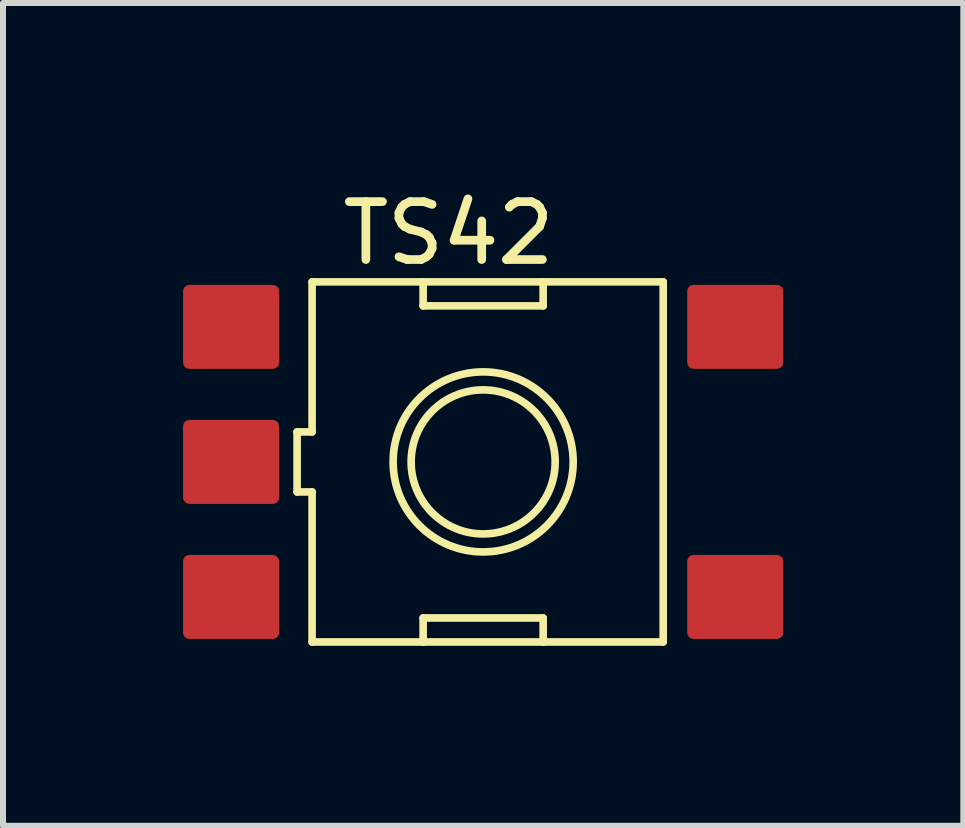
<source format=kicad_pcb>
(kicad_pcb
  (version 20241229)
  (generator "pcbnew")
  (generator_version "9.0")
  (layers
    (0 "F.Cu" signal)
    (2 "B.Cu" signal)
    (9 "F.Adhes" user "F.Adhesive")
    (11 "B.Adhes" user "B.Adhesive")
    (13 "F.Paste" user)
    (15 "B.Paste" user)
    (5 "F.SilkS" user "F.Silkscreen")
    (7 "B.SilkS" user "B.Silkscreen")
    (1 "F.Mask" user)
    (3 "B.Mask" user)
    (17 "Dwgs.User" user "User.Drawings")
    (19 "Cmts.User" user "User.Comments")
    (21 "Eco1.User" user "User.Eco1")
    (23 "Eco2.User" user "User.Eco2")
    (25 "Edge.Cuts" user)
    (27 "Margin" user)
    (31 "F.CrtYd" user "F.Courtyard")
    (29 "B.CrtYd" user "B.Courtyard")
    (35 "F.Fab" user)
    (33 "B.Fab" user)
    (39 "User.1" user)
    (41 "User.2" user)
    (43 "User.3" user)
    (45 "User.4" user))
  (footprint "TS42"
    (layer "F.Cu")
    (at 5 4.646)
    (property "Reference" "TS42" (at -2.417 -3.246 0) (layer "F.SilkS") (effects (font (size 0.965 0.965) (thickness 0.145)) (justify left bottom)))
    (attr through_hole)
    (fp_line (start -3.1 -0.5) (end -3.1 0.5) (stroke (width 0.127) (type solid)) (layer "F.SilkS"))
    (fp_line (start -3.1 0.5) (end -2.85 0.5) (stroke (width 0.127) (type solid)) (layer "F.SilkS"))
    (fp_line (start -2.85 -3) (end -2.85 -0.5) (stroke (width 0.127) (type solid)) (layer "F.SilkS"))
    (fp_line (start -2.85 -3) (end -1 -3) (stroke (width 0.127) (type solid)) (layer "F.SilkS"))
    (fp_line (start -2.85 -0.5) (end -3.1 -0.5) (stroke (width 0.127) (type solid)) (layer "F.SilkS"))
    (fp_line (start -2.85 0.5) (end -2.85 3) (stroke (width 0.127) (type solid)) (layer "F.SilkS"))
    (fp_line (start -1 -3) (end -1 -2.6) (stroke (width 0.127) (type solid)) (layer "F.SilkS"))
    (fp_line (start -1 -2.6) (end 1 -2.6) (stroke (width 0.127) (type solid)) (layer "F.SilkS"))
    (fp_line (start -1 2.6) (end -1 3) (stroke (width 0.127) (type solid)) (layer "F.SilkS"))
    (fp_line (start -1 3) (end -2.85 3) (stroke (width 0.127) (type solid)) (layer "F.SilkS"))
    (fp_line (start -1 3) (end 1 3) (stroke (width 0.127) (type solid)) (layer "F.SilkS"))
    (fp_line (start 1 -3) (end -1 -3) (stroke (width 0.127) (type solid)) (layer "F.SilkS"))
    (fp_line (start 1 -3) (end 3 -3) (stroke (width 0.127) (type solid)) (layer "F.SilkS"))
    (fp_line (start 1 -2.6) (end 1 -3) (stroke (width 0.127) (type solid)) (layer "F.SilkS"))
    (fp_line (start 1 2.6) (end -1 2.6) (stroke (width 0.127) (type solid)) (layer "F.SilkS"))
    (fp_line (start 1 3) (end 1 2.6) (stroke (width 0.127) (type solid)) (layer "F.SilkS"))
    (fp_line (start 1 3) (end 3 3) (stroke (width 0.127) (type solid)) (layer "F.SilkS"))
    (fp_line (start 3 3) (end 3 -3) (stroke (width 0.127) (type solid)) (layer "F.SilkS"))
    (fp_circle (center 0 0) (end 1.2 0) (stroke (width 0.127) (type solid)) (fill no) (layer "F.SilkS"))
    (fp_circle (center 0 0) (end 1.5 0) (stroke (width 0.127) (type solid)) (fill no) (layer "F.SilkS"))
    (fp_poly (pts (xy -4.699 0.381) (xy -3.81 0.381) (xy -3.81 -0.381) (xy -4.699 -0.381)) (stroke (width 0) (type solid)) (fill yes) (layer "F.Paste"))
    (pad "1" smd roundrect (at -4.2 -2.25) (size 1.6 1.4) (layers "F.Cu" "F.Mask" "F.Paste") (roundrect_rratio 0.075))
    (pad "2" smd roundrect (at 4.2 -2.25) (size 1.6 1.4) (layers "F.Cu" "F.Mask" "F.Paste") (roundrect_rratio 0.075))
    (pad "3" smd roundrect (at -4.2 2.25) (size 1.6 1.4) (layers "F.Cu" "F.Mask" "F.Paste") (roundrect_rratio 0.075))
    (pad "4" smd roundrect (at 4.2 2.25) (size 1.6 1.4) (layers "F.Cu" "F.Mask" "F.Paste") (roundrect_rratio 0.075))
    (pad "5" smd roundrect (at -4.2 0) (size 1.6 1.4) (layers "F.Cu" "F.Mask") (roundrect_rratio 0.075)))
  (gr_rect
    (start -3 -3)
    (end 13 10.709)
    (stroke (width 0.1) (type default))
    (fill no)
    (layer "Edge.Cuts")))
</source>
